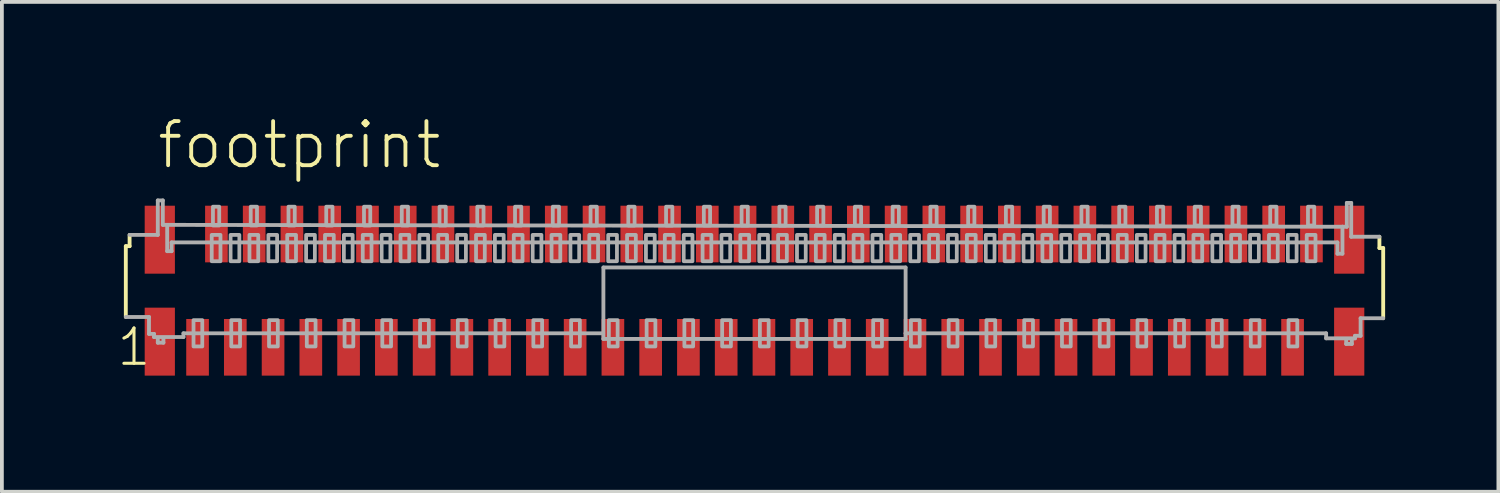
<source format=kicad_pcb>
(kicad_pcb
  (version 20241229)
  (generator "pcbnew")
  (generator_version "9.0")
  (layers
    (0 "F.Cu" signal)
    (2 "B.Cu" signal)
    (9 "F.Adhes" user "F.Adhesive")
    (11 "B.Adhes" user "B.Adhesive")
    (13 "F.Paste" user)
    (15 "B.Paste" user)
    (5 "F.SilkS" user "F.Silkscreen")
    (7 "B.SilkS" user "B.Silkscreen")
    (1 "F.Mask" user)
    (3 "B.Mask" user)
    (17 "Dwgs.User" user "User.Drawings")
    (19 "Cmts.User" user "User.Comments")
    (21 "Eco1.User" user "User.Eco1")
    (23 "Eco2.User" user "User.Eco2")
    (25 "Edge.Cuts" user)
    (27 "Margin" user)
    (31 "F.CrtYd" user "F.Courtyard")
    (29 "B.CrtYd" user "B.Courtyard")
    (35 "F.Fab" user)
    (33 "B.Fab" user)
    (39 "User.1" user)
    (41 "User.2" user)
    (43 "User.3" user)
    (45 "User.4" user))
  (footprint "footprint"
    (layer "F.Cu")
    (at 16.932 4.648)
    (property "Reference" "footprint" (at -15.875 -3.175 0) (layer "F.SilkS") (effects (font (size 1.168 1.168) (thickness 0.102)) (justify left bottom)))
    (fp_poly (pts (xy -16.15 -0.45) (xy -15.35 -0.45) (xy -15.35 -2.25) (xy -16.15 -2.25)) (stroke (width 0) (type solid)) (fill yes) (layer "F.Cu"))
    (fp_poly (pts (xy -16.15 2.25) (xy -15.35 2.25) (xy -15.35 0.45) (xy -16.15 0.45)) (stroke (width 0) (type solid)) (fill yes) (layer "F.Cu"))
    (fp_poly (pts (xy 16.15 -2.25) (xy 15.35 -2.25) (xy 15.35 -0.45) (xy 16.15 -0.45)) (stroke (width 0) (type solid)) (fill yes) (layer "F.Cu"))
    (fp_poly (pts (xy 16.15 0.45) (xy 15.35 0.45) (xy 15.35 2.25) (xy 16.15 2.25)) (stroke (width 0) (type solid)) (fill yes) (layer "F.Cu"))
    (fp_poly (pts (xy -16.225 -0.375) (xy -15.275 -0.375) (xy -15.275 -2.325) (xy -16.225 -2.325)) (stroke (width 0) (type solid)) (fill yes) (layer "F.Mask"))
    (fp_poly (pts (xy -16.225 2.325) (xy -15.275 2.325) (xy -15.275 0.375) (xy -16.225 0.375)) (stroke (width 0) (type solid)) (fill yes) (layer "F.Mask"))
    (fp_poly (pts (xy -15.1 2.3) (xy -14.4 2.3) (xy -14.4 0.7) (xy -15.1 0.7)) (stroke (width 0) (type solid)) (fill yes) (layer "F.Mask"))
    (fp_poly (pts (xy -14.6 -0.7) (xy -13.9 -0.7) (xy -13.9 -2.3) (xy -14.6 -2.3)) (stroke (width 0) (type solid)) (fill yes) (layer "F.Mask"))
    (fp_poly (pts (xy -14.1 2.3) (xy -13.4 2.3) (xy -13.4 0.7) (xy -14.1 0.7)) (stroke (width 0) (type solid)) (fill yes) (layer "F.Mask"))
    (fp_poly (pts (xy -13.6 -0.7) (xy -12.9 -0.7) (xy -12.9 -2.3) (xy -13.6 -2.3)) (stroke (width 0) (type solid)) (fill yes) (layer "F.Mask"))
    (fp_poly (pts (xy -13.1 2.3) (xy -12.4 2.3) (xy -12.4 0.7) (xy -13.1 0.7)) (stroke (width 0) (type solid)) (fill yes) (layer "F.Mask"))
    (fp_poly (pts (xy -12.6 -0.7) (xy -11.9 -0.7) (xy -11.9 -2.3) (xy -12.6 -2.3)) (stroke (width 0) (type solid)) (fill yes) (layer "F.Mask"))
    (fp_poly (pts (xy -12.1 2.3) (xy -11.4 2.3) (xy -11.4 0.7) (xy -12.1 0.7)) (stroke (width 0) (type solid)) (fill yes) (layer "F.Mask"))
    (fp_poly (pts (xy -11.6 -0.7) (xy -10.9 -0.7) (xy -10.9 -2.3) (xy -11.6 -2.3)) (stroke (width 0) (type solid)) (fill yes) (layer "F.Mask"))
    (fp_poly (pts (xy -11.1 2.3) (xy -10.4 2.3) (xy -10.4 0.7) (xy -11.1 0.7)) (stroke (width 0) (type solid)) (fill yes) (layer "F.Mask"))
    (fp_poly (pts (xy -10.6 -0.7) (xy -9.9 -0.7) (xy -9.9 -2.3) (xy -10.6 -2.3)) (stroke (width 0) (type solid)) (fill yes) (layer "F.Mask"))
    (fp_poly (pts (xy -10.1 2.3) (xy -9.4 2.3) (xy -9.4 0.7) (xy -10.1 0.7)) (stroke (width 0) (type solid)) (fill yes) (layer "F.Mask"))
    (fp_poly (pts (xy -9.6 -0.7) (xy -8.9 -0.7) (xy -8.9 -2.3) (xy -9.6 -2.3)) (stroke (width 0) (type solid)) (fill yes) (layer "F.Mask"))
    (fp_poly (pts (xy -9.1 2.3) (xy -8.4 2.3) (xy -8.4 0.7) (xy -9.1 0.7)) (stroke (width 0) (type solid)) (fill yes) (layer "F.Mask"))
    (fp_poly (pts (xy -8.6 -0.7) (xy -7.9 -0.7) (xy -7.9 -2.3) (xy -8.6 -2.3)) (stroke (width 0) (type solid)) (fill yes) (layer "F.Mask"))
    (fp_poly (pts (xy -8.1 2.3) (xy -7.4 2.3) (xy -7.4 0.7) (xy -8.1 0.7)) (stroke (width 0) (type solid)) (fill yes) (layer "F.Mask"))
    (fp_poly (pts (xy -7.6 -0.7) (xy -6.9 -0.7) (xy -6.9 -2.3) (xy -7.6 -2.3)) (stroke (width 0) (type solid)) (fill yes) (layer "F.Mask"))
    (fp_poly (pts (xy -7.1 2.3) (xy -6.4 2.3) (xy -6.4 0.7) (xy -7.1 0.7)) (stroke (width 0) (type solid)) (fill yes) (layer "F.Mask"))
    (fp_poly (pts (xy -6.6 -0.7) (xy -5.9 -0.7) (xy -5.9 -2.3) (xy -6.6 -2.3)) (stroke (width 0) (type solid)) (fill yes) (layer "F.Mask"))
    (fp_poly (pts (xy -6.1 2.3) (xy -5.4 2.3) (xy -5.4 0.7) (xy -6.1 0.7)) (stroke (width 0) (type solid)) (fill yes) (layer "F.Mask"))
    (fp_poly (pts (xy -5.6 -0.7) (xy -4.9 -0.7) (xy -4.9 -2.3) (xy -5.6 -2.3)) (stroke (width 0) (type solid)) (fill yes) (layer "F.Mask"))
    (fp_poly (pts (xy -5.1 2.3) (xy -4.4 2.3) (xy -4.4 0.7) (xy -5.1 0.7)) (stroke (width 0) (type solid)) (fill yes) (layer "F.Mask"))
    (fp_poly (pts (xy -4.6 -0.7) (xy -3.9 -0.7) (xy -3.9 -2.3) (xy -4.6 -2.3)) (stroke (width 0) (type solid)) (fill yes) (layer "F.Mask"))
    (fp_poly (pts (xy -4.1 2.3) (xy -3.4 2.3) (xy -3.4 0.7) (xy -4.1 0.7)) (stroke (width 0) (type solid)) (fill yes) (layer "F.Mask"))
    (fp_poly (pts (xy -3.6 -0.7) (xy -2.9 -0.7) (xy -2.9 -2.3) (xy -3.6 -2.3)) (stroke (width 0) (type solid)) (fill yes) (layer "F.Mask"))
    (fp_poly (pts (xy -3.1 2.3) (xy -2.4 2.3) (xy -2.4 0.7) (xy -3.1 0.7)) (stroke (width 0) (type solid)) (fill yes) (layer "F.Mask"))
    (fp_poly (pts (xy -2.6 -0.7) (xy -1.9 -0.7) (xy -1.9 -2.3) (xy -2.6 -2.3)) (stroke (width 0) (type solid)) (fill yes) (layer "F.Mask"))
    (fp_poly (pts (xy -2.1 2.3) (xy -1.4 2.3) (xy -1.4 0.7) (xy -2.1 0.7)) (stroke (width 0) (type solid)) (fill yes) (layer "F.Mask"))
    (fp_poly (pts (xy -1.6 -0.7) (xy -0.9 -0.7) (xy -0.9 -2.3) (xy -1.6 -2.3)) (stroke (width 0) (type solid)) (fill yes) (layer "F.Mask"))
    (fp_poly (pts (xy -1.1 2.3) (xy -0.4 2.3) (xy -0.4 0.7) (xy -1.1 0.7)) (stroke (width 0) (type solid)) (fill yes) (layer "F.Mask"))
    (fp_poly (pts (xy -0.6 -0.7) (xy 0.1 -0.7) (xy 0.1 -2.3) (xy -0.6 -2.3)) (stroke (width 0) (type solid)) (fill yes) (layer "F.Mask"))
    (fp_poly (pts (xy -0.1 2.3) (xy 0.6 2.3) (xy 0.6 0.7) (xy -0.1 0.7)) (stroke (width 0) (type solid)) (fill yes) (layer "F.Mask"))
    (fp_poly (pts (xy 0.4 -0.7) (xy 1.1 -0.7) (xy 1.1 -2.3) (xy 0.4 -2.3)) (stroke (width 0) (type solid)) (fill yes) (layer "F.Mask"))
    (fp_poly (pts (xy 0.9 2.3) (xy 1.6 2.3) (xy 1.6 0.7) (xy 0.9 0.7)) (stroke (width 0) (type solid)) (fill yes) (layer "F.Mask"))
    (fp_poly (pts (xy 1.4 -0.7) (xy 2.1 -0.7) (xy 2.1 -2.3) (xy 1.4 -2.3)) (stroke (width 0) (type solid)) (fill yes) (layer "F.Mask"))
    (fp_poly (pts (xy 1.9 2.3) (xy 2.6 2.3) (xy 2.6 0.7) (xy 1.9 0.7)) (stroke (width 0) (type solid)) (fill yes) (layer "F.Mask"))
    (fp_poly (pts (xy 2.4 -0.7) (xy 3.1 -0.7) (xy 3.1 -2.3) (xy 2.4 -2.3)) (stroke (width 0) (type solid)) (fill yes) (layer "F.Mask"))
    (fp_poly (pts (xy 2.9 2.3) (xy 3.6 2.3) (xy 3.6 0.7) (xy 2.9 0.7)) (stroke (width 0) (type solid)) (fill yes) (layer "F.Mask"))
    (fp_poly (pts (xy 3.4 -0.7) (xy 4.1 -0.7) (xy 4.1 -2.3) (xy 3.4 -2.3)) (stroke (width 0) (type solid)) (fill yes) (layer "F.Mask"))
    (fp_poly (pts (xy 3.9 2.3) (xy 4.6 2.3) (xy 4.6 0.7) (xy 3.9 0.7)) (stroke (width 0) (type solid)) (fill yes) (layer "F.Mask"))
    (fp_poly (pts (xy 4.4 -0.7) (xy 5.1 -0.7) (xy 5.1 -2.3) (xy 4.4 -2.3)) (stroke (width 0) (type solid)) (fill yes) (layer "F.Mask"))
    (fp_poly (pts (xy 4.9 2.3) (xy 5.6 2.3) (xy 5.6 0.7) (xy 4.9 0.7)) (stroke (width 0) (type solid)) (fill yes) (layer "F.Mask"))
    (fp_poly (pts (xy 5.4 -0.7) (xy 6.1 -0.7) (xy 6.1 -2.3) (xy 5.4 -2.3)) (stroke (width 0) (type solid)) (fill yes) (layer "F.Mask"))
    (fp_poly (pts (xy 5.9 2.3) (xy 6.6 2.3) (xy 6.6 0.7) (xy 5.9 0.7)) (stroke (width 0) (type solid)) (fill yes) (layer "F.Mask"))
    (fp_poly (pts (xy 6.4 -0.7) (xy 7.1 -0.7) (xy 7.1 -2.3) (xy 6.4 -2.3)) (stroke (width 0) (type solid)) (fill yes) (layer "F.Mask"))
    (fp_poly (pts (xy 6.9 2.3) (xy 7.6 2.3) (xy 7.6 0.7) (xy 6.9 0.7)) (stroke (width 0) (type solid)) (fill yes) (layer "F.Mask"))
    (fp_poly (pts (xy 7.4 -0.7) (xy 8.1 -0.7) (xy 8.1 -2.3) (xy 7.4 -2.3)) (stroke (width 0) (type solid)) (fill yes) (layer "F.Mask"))
    (fp_poly (pts (xy 7.9 2.3) (xy 8.6 2.3) (xy 8.6 0.7) (xy 7.9 0.7)) (stroke (width 0) (type solid)) (fill yes) (layer "F.Mask"))
    (fp_poly (pts (xy 8.4 -0.7) (xy 9.1 -0.7) (xy 9.1 -2.3) (xy 8.4 -2.3)) (stroke (width 0) (type solid)) (fill yes) (layer "F.Mask"))
    (fp_poly (pts (xy 8.9 2.3) (xy 9.6 2.3) (xy 9.6 0.7) (xy 8.9 0.7)) (stroke (width 0) (type solid)) (fill yes) (layer "F.Mask"))
    (fp_poly (pts (xy 9.4 -0.7) (xy 10.1 -0.7) (xy 10.1 -2.3) (xy 9.4 -2.3)) (stroke (width 0) (type solid)) (fill yes) (layer "F.Mask"))
    (fp_poly (pts (xy 9.9 2.3) (xy 10.6 2.3) (xy 10.6 0.7) (xy 9.9 0.7)) (stroke (width 0) (type solid)) (fill yes) (layer "F.Mask"))
    (fp_poly (pts (xy 10.4 -0.7) (xy 11.1 -0.7) (xy 11.1 -2.3) (xy 10.4 -2.3)) (stroke (width 0) (type solid)) (fill yes) (layer "F.Mask"))
    (fp_poly (pts (xy 10.9 2.3) (xy 11.6 2.3) (xy 11.6 0.7) (xy 10.9 0.7)) (stroke (width 0) (type solid)) (fill yes) (layer "F.Mask"))
    (fp_poly (pts (xy 11.4 -0.7) (xy 12.1 -0.7) (xy 12.1 -2.3) (xy 11.4 -2.3)) (stroke (width 0) (type solid)) (fill yes) (layer "F.Mask"))
    (fp_poly (pts (xy 11.9 2.3) (xy 12.6 2.3) (xy 12.6 0.7) (xy 11.9 0.7)) (stroke (width 0) (type solid)) (fill yes) (layer "F.Mask"))
    (fp_poly (pts (xy 12.4 -0.7) (xy 13.1 -0.7) (xy 13.1 -2.3) (xy 12.4 -2.3)) (stroke (width 0) (type solid)) (fill yes) (layer "F.Mask"))
    (fp_poly (pts (xy 12.9 2.3) (xy 13.6 2.3) (xy 13.6 0.7) (xy 12.9 0.7)) (stroke (width 0) (type solid)) (fill yes) (layer "F.Mask"))
    (fp_poly (pts (xy 13.4 -0.7) (xy 14.1 -0.7) (xy 14.1 -2.3) (xy 13.4 -2.3)) (stroke (width 0) (type solid)) (fill yes) (layer "F.Mask"))
    (fp_poly (pts (xy 13.9 2.3) (xy 14.6 2.3) (xy 14.6 0.7) (xy 13.9 0.7)) (stroke (width 0) (type solid)) (fill yes) (layer "F.Mask"))
    (fp_poly (pts (xy 14.4 -0.7) (xy 15.1 -0.7) (xy 15.1 -2.3) (xy 14.4 -2.3)) (stroke (width 0) (type solid)) (fill yes) (layer "F.Mask"))
    (fp_poly (pts (xy 16.225 -2.325) (xy 15.275 -2.325) (xy 15.275 -0.375) (xy 16.225 -0.375)) (stroke (width 0) (type solid)) (fill yes) (layer "F.Mask"))
    (fp_poly (pts (xy 16.225 0.375) (xy 15.275 0.375) (xy 15.275 2.325) (xy 16.225 2.325)) (stroke (width 0) (type solid)) (fill yes) (layer "F.Mask"))
    (fp_line (start -16.65 -1.179) (end -16.55 -1.179) (stroke (width 0.102) (type solid)) (layer "F.SilkS"))
    (fp_line (start -16.65 0.697) (end -16.65 -1.179) (stroke (width 0.102) (type solid)) (layer "F.SilkS"))
    (fp_line (start -16.55 -1.179) (end -16.55 -1.477) (stroke (width 0.102) (type solid)) (layer "F.SilkS"))
    (fp_line (start 16.55 -1.428) (end 16.55 -1.129) (stroke (width 0.102) (type solid)) (layer "F.SilkS"))
    (fp_line (start 16.55 -1.129) (end 16.65 -1.129) (stroke (width 0.102) (type solid)) (layer "F.SilkS"))
    (fp_line (start 16.65 -1.129) (end 16.65 0.73) (stroke (width 0.102) (type solid)) (layer "F.SilkS"))
    (fp_poly (pts (xy -16.1 -0.5) (xy -15.4 -0.5) (xy -15.4 -2.2) (xy -16.1 -2.2)) (stroke (width 0) (type solid)) (fill yes) (layer "F.Paste"))
    (fp_poly (pts (xy -16.1 2.2) (xy -15.4 2.2) (xy -15.4 0.5) (xy -16.1 0.5)) (stroke (width 0) (type solid)) (fill yes) (layer "F.Paste"))
    (fp_poly (pts (xy -15 2.2) (xy -14.5 2.2) (xy -14.5 0.8) (xy -15 0.8)) (stroke (width 0) (type solid)) (fill yes) (layer "F.Paste"))
    (fp_poly (pts (xy -14.5 -0.8) (xy -14 -0.8) (xy -14 -2.2) (xy -14.5 -2.2)) (stroke (width 0) (type solid)) (fill yes) (layer "F.Paste"))
    (fp_poly (pts (xy -14 2.2) (xy -13.5 2.2) (xy -13.5 0.8) (xy -14 0.8)) (stroke (width 0) (type solid)) (fill yes) (layer "F.Paste"))
    (fp_poly (pts (xy -13.5 -0.8) (xy -13 -0.8) (xy -13 -2.2) (xy -13.5 -2.2)) (stroke (width 0) (type solid)) (fill yes) (layer "F.Paste"))
    (fp_poly (pts (xy -13 2.2) (xy -12.5 2.2) (xy -12.5 0.8) (xy -13 0.8)) (stroke (width 0) (type solid)) (fill yes) (layer "F.Paste"))
    (fp_poly (pts (xy -12.5 -0.8) (xy -12 -0.8) (xy -12 -2.2) (xy -12.5 -2.2)) (stroke (width 0) (type solid)) (fill yes) (layer "F.Paste"))
    (fp_poly (pts (xy -12 2.2) (xy -11.5 2.2) (xy -11.5 0.8) (xy -12 0.8)) (stroke (width 0) (type solid)) (fill yes) (layer "F.Paste"))
    (fp_poly (pts (xy -11.5 -0.8) (xy -11 -0.8) (xy -11 -2.2) (xy -11.5 -2.2)) (stroke (width 0) (type solid)) (fill yes) (layer "F.Paste"))
    (fp_poly (pts (xy -11 2.2) (xy -10.5 2.2) (xy -10.5 0.8) (xy -11 0.8)) (stroke (width 0) (type solid)) (fill yes) (layer "F.Paste"))
    (fp_poly (pts (xy -10.5 -0.8) (xy -10 -0.8) (xy -10 -2.2) (xy -10.5 -2.2)) (stroke (width 0) (type solid)) (fill yes) (layer "F.Paste"))
    (fp_poly (pts (xy -10 2.2) (xy -9.5 2.2) (xy -9.5 0.8) (xy -10 0.8)) (stroke (width 0) (type solid)) (fill yes) (layer "F.Paste"))
    (fp_poly (pts (xy -9.5 -0.8) (xy -9 -0.8) (xy -9 -2.2) (xy -9.5 -2.2)) (stroke (width 0) (type solid)) (fill yes) (layer "F.Paste"))
    (fp_poly (pts (xy -9 2.2) (xy -8.5 2.2) (xy -8.5 0.8) (xy -9 0.8)) (stroke (width 0) (type solid)) (fill yes) (layer "F.Paste"))
    (fp_poly (pts (xy -8.5 -0.8) (xy -8 -0.8) (xy -8 -2.2) (xy -8.5 -2.2)) (stroke (width 0) (type solid)) (fill yes) (layer "F.Paste"))
    (fp_poly (pts (xy -8 2.2) (xy -7.5 2.2) (xy -7.5 0.8) (xy -8 0.8)) (stroke (width 0) (type solid)) (fill yes) (layer "F.Paste"))
    (fp_poly (pts (xy -7.5 -0.8) (xy -7 -0.8) (xy -7 -2.2) (xy -7.5 -2.2)) (stroke (width 0) (type solid)) (fill yes) (layer "F.Paste"))
    (fp_poly (pts (xy -7 2.2) (xy -6.5 2.2) (xy -6.5 0.8) (xy -7 0.8)) (stroke (width 0) (type solid)) (fill yes) (layer "F.Paste"))
    (fp_poly (pts (xy -6.5 -0.8) (xy -6 -0.8) (xy -6 -2.2) (xy -6.5 -2.2)) (stroke (width 0) (type solid)) (fill yes) (layer "F.Paste"))
    (fp_poly (pts (xy -6 2.2) (xy -5.5 2.2) (xy -5.5 0.8) (xy -6 0.8)) (stroke (width 0) (type solid)) (fill yes) (layer "F.Paste"))
    (fp_poly (pts (xy -5.5 -0.8) (xy -5 -0.8) (xy -5 -2.2) (xy -5.5 -2.2)) (stroke (width 0) (type solid)) (fill yes) (layer "F.Paste"))
    (fp_poly (pts (xy -5 2.2) (xy -4.5 2.2) (xy -4.5 0.8) (xy -5 0.8)) (stroke (width 0) (type solid)) (fill yes) (layer "F.Paste"))
    (fp_poly (pts (xy -4.5 -0.8) (xy -4 -0.8) (xy -4 -2.2) (xy -4.5 -2.2)) (stroke (width 0) (type solid)) (fill yes) (layer "F.Paste"))
    (fp_poly (pts (xy -4 2.2) (xy -3.5 2.2) (xy -3.5 0.8) (xy -4 0.8)) (stroke (width 0) (type solid)) (fill yes) (layer "F.Paste"))
    (fp_poly (pts (xy -3.5 -0.8) (xy -3 -0.8) (xy -3 -2.2) (xy -3.5 -2.2)) (stroke (width 0) (type solid)) (fill yes) (layer "F.Paste"))
    (fp_poly (pts (xy -3 2.2) (xy -2.5 2.2) (xy -2.5 0.8) (xy -3 0.8)) (stroke (width 0) (type solid)) (fill yes) (layer "F.Paste"))
    (fp_poly (pts (xy -2.5 -0.8) (xy -2 -0.8) (xy -2 -2.2) (xy -2.5 -2.2)) (stroke (width 0) (type solid)) (fill yes) (layer "F.Paste"))
    (fp_poly (pts (xy -2 2.2) (xy -1.5 2.2) (xy -1.5 0.8) (xy -2 0.8)) (stroke (width 0) (type solid)) (fill yes) (layer "F.Paste"))
    (fp_poly (pts (xy -1.5 -0.8) (xy -1 -0.8) (xy -1 -2.2) (xy -1.5 -2.2)) (stroke (width 0) (type solid)) (fill yes) (layer "F.Paste"))
    (fp_poly (pts (xy -1 2.2) (xy -0.5 2.2) (xy -0.5 0.8) (xy -1 0.8)) (stroke (width 0) (type solid)) (fill yes) (layer "F.Paste"))
    (fp_poly (pts (xy -0.5 -0.8) (xy 0 -0.8) (xy 0 -2.2) (xy -0.5 -2.2)) (stroke (width 0) (type solid)) (fill yes) (layer "F.Paste"))
    (fp_poly (pts (xy 0 2.2) (xy 0.5 2.2) (xy 0.5 0.8) (xy 0 0.8)) (stroke (width 0) (type solid)) (fill yes) (layer "F.Paste"))
    (fp_poly (pts (xy 0.5 -0.8) (xy 1 -0.8) (xy 1 -2.2) (xy 0.5 -2.2)) (stroke (width 0) (type solid)) (fill yes) (layer "F.Paste"))
    (fp_poly (pts (xy 1 2.2) (xy 1.5 2.2) (xy 1.5 0.8) (xy 1 0.8)) (stroke (width 0) (type solid)) (fill yes) (layer "F.Paste"))
    (fp_poly (pts (xy 1.5 -0.8) (xy 2 -0.8) (xy 2 -2.2) (xy 1.5 -2.2)) (stroke (width 0) (type solid)) (fill yes) (layer "F.Paste"))
    (fp_poly (pts (xy 2 2.2) (xy 2.5 2.2) (xy 2.5 0.8) (xy 2 0.8)) (stroke (width 0) (type solid)) (fill yes) (layer "F.Paste"))
    (fp_poly (pts (xy 2.5 -0.8) (xy 3 -0.8) (xy 3 -2.2) (xy 2.5 -2.2)) (stroke (width 0) (type solid)) (fill yes) (layer "F.Paste"))
    (fp_poly (pts (xy 3 2.2) (xy 3.5 2.2) (xy 3.5 0.8) (xy 3 0.8)) (stroke (width 0) (type solid)) (fill yes) (layer "F.Paste"))
    (fp_poly (pts (xy 3.5 -0.8) (xy 4 -0.8) (xy 4 -2.2) (xy 3.5 -2.2)) (stroke (width 0) (type solid)) (fill yes) (layer "F.Paste"))
    (fp_poly (pts (xy 4 2.2) (xy 4.5 2.2) (xy 4.5 0.8) (xy 4 0.8)) (stroke (width 0) (type solid)) (fill yes) (layer "F.Paste"))
    (fp_poly (pts (xy 4.5 -0.8) (xy 5 -0.8) (xy 5 -2.2) (xy 4.5 -2.2)) (stroke (width 0) (type solid)) (fill yes) (layer "F.Paste"))
    (fp_poly (pts (xy 5 2.2) (xy 5.5 2.2) (xy 5.5 0.8) (xy 5 0.8)) (stroke (width 0) (type solid)) (fill yes) (layer "F.Paste"))
    (fp_poly (pts (xy 5.5 -0.8) (xy 6 -0.8) (xy 6 -2.2) (xy 5.5 -2.2)) (stroke (width 0) (type solid)) (fill yes) (layer "F.Paste"))
    (fp_poly (pts (xy 6 2.2) (xy 6.5 2.2) (xy 6.5 0.8) (xy 6 0.8)) (stroke (width 0) (type solid)) (fill yes) (layer "F.Paste"))
    (fp_poly (pts (xy 6.5 -0.8) (xy 7 -0.8) (xy 7 -2.2) (xy 6.5 -2.2)) (stroke (width 0) (type solid)) (fill yes) (layer "F.Paste"))
    (fp_poly (pts (xy 7 2.2) (xy 7.5 2.2) (xy 7.5 0.8) (xy 7 0.8)) (stroke (width 0) (type solid)) (fill yes) (layer "F.Paste"))
    (fp_poly (pts (xy 7.5 -0.8) (xy 8 -0.8) (xy 8 -2.2) (xy 7.5 -2.2)) (stroke (width 0) (type solid)) (fill yes) (layer "F.Paste"))
    (fp_poly (pts (xy 8 2.2) (xy 8.5 2.2) (xy 8.5 0.8) (xy 8 0.8)) (stroke (width 0) (type solid)) (fill yes) (layer "F.Paste"))
    (fp_poly (pts (xy 8.5 -0.8) (xy 9 -0.8) (xy 9 -2.2) (xy 8.5 -2.2)) (stroke (width 0) (type solid)) (fill yes) (layer "F.Paste"))
    (fp_poly (pts (xy 9 2.2) (xy 9.5 2.2) (xy 9.5 0.8) (xy 9 0.8)) (stroke (width 0) (type solid)) (fill yes) (layer "F.Paste"))
    (fp_poly (pts (xy 9.5 -0.8) (xy 10 -0.8) (xy 10 -2.2) (xy 9.5 -2.2)) (stroke (width 0) (type solid)) (fill yes) (layer "F.Paste"))
    (fp_poly (pts (xy 10 2.2) (xy 10.5 2.2) (xy 10.5 0.8) (xy 10 0.8)) (stroke (width 0) (type solid)) (fill yes) (layer "F.Paste"))
    (fp_poly (pts (xy 10.5 -0.8) (xy 11 -0.8) (xy 11 -2.2) (xy 10.5 -2.2)) (stroke (width 0) (type solid)) (fill yes) (layer "F.Paste"))
    (fp_poly (pts (xy 11 2.2) (xy 11.5 2.2) (xy 11.5 0.8) (xy 11 0.8)) (stroke (width 0) (type solid)) (fill yes) (layer "F.Paste"))
    (fp_poly (pts (xy 11.5 -0.8) (xy 12 -0.8) (xy 12 -2.2) (xy 11.5 -2.2)) (stroke (width 0) (type solid)) (fill yes) (layer "F.Paste"))
    (fp_poly (pts (xy 12 2.2) (xy 12.5 2.2) (xy 12.5 0.8) (xy 12 0.8)) (stroke (width 0) (type solid)) (fill yes) (layer "F.Paste"))
    (fp_poly (pts (xy 12.5 -0.8) (xy 13 -0.8) (xy 13 -2.2) (xy 12.5 -2.2)) (stroke (width 0) (type solid)) (fill yes) (layer "F.Paste"))
    (fp_poly (pts (xy 13 2.2) (xy 13.5 2.2) (xy 13.5 0.8) (xy 13 0.8)) (stroke (width 0) (type solid)) (fill yes) (layer "F.Paste"))
    (fp_poly (pts (xy 13.5 -0.8) (xy 14 -0.8) (xy 14 -2.2) (xy 13.5 -2.2)) (stroke (width 0) (type solid)) (fill yes) (layer "F.Paste"))
    (fp_poly (pts (xy 14 2.2) (xy 14.5 2.2) (xy 14.5 0.8) (xy 14 0.8)) (stroke (width 0) (type solid)) (fill yes) (layer "F.Paste"))
    (fp_poly (pts (xy 14.5 -0.8) (xy 15 -0.8) (xy 15 -2.2) (xy 14.5 -2.2)) (stroke (width 0) (type solid)) (fill yes) (layer "F.Paste"))
    (fp_poly (pts (xy 16.1 -2.2) (xy 15.4 -2.2) (xy 15.4 -0.5) (xy 16.1 -0.5)) (stroke (width 0) (type solid)) (fill yes) (layer "F.Paste"))
    (fp_poly (pts (xy 16.1 0.5) (xy 15.4 0.5) (xy 15.4 2.2) (xy 16.1 2.2)) (stroke (width 0) (type solid)) (fill yes) (layer "F.Paste"))
    (fp_line (start -16.55 -1.477) (end -15.803 -1.477) (stroke (width 0.102) (type solid)) (layer "F.Fab"))
    (fp_line (start -16.036 0.697) (end -16.65 0.697) (stroke (width 0.102) (type solid)) (layer "F.Fab"))
    (fp_line (start -16.036 1.145) (end -16.036 0.697) (stroke (width 0.102) (type solid)) (layer "F.Fab"))
    (fp_line (start -15.903 1.145) (end -16.036 1.145) (stroke (width 0.102) (type solid)) (layer "F.Fab"))
    (fp_line (start -15.903 1.228) (end -15.903 1.145) (stroke (width 0.102) (type solid)) (layer "F.Fab"))
    (fp_line (start -15.803 -2.39) (end -15.67 -2.39) (stroke (width 0.102) (type solid)) (layer "F.Fab"))
    (fp_line (start -15.803 -1.477) (end -15.803 -2.39) (stroke (width 0.102) (type solid)) (layer "F.Fab"))
    (fp_line (start -15.803 1.278) (end -15.803 1.378) (stroke (width 0.102) (type solid)) (layer "F.Fab"))
    (fp_line (start -15.803 1.378) (end -15.654 1.378) (stroke (width 0.102) (type solid)) (layer "F.Fab"))
    (fp_line (start -15.67 -2.39) (end -15.67 -1.743) (stroke (width 0.102) (type solid)) (layer "F.Fab"))
    (fp_line (start -15.654 1.378) (end -15.654 1.278) (stroke (width 0.102) (type solid)) (layer "F.Fab"))
    (fp_line (start -15.554 -1.71) (end -15.554 -1.046) (stroke (width 0.102) (type solid)) (layer "F.Fab"))
    (fp_line (start -15.554 -1.046) (end -15.438 -1.046) (stroke (width 0.102) (type solid)) (layer "F.Fab"))
    (fp_line (start -15.438 -1.278) (end 15.438 -1.278) (stroke (width 0.102) (type solid)) (layer "F.Fab"))
    (fp_line (start -15.438 -1.046) (end -15.438 -1.278) (stroke (width 0.102) (type solid)) (layer "F.Fab"))
    (fp_line (start -15.123 1.129) (end -15.123 1.228) (stroke (width 0.102) (type solid)) (layer "F.Fab"))
    (fp_line (start -15.123 1.228) (end -15.903 1.228) (stroke (width 0.102) (type solid)) (layer "F.Fab"))
    (fp_line (start -4.008 1.129) (end -15.123 1.129) (stroke (width 0.102) (type solid)) (layer "F.Fab"))
    (fp_line (start -4.002 1.278) (end -4.002 -0.614) (stroke (width 0.102) (type solid)) (layer "F.Fab"))
    (fp_line (start -4 -0.614) (end 4 -0.614) (stroke (width 0.102) (type solid)) (layer "F.Fab"))
    (fp_line (start 4.002 -0.614) (end 4.002 1.129) (stroke (width 0.102) (type solid)) (layer "F.Fab"))
    (fp_line (start 4.002 1.129) (end 4.002 1.278) (stroke (width 0.102) (type solid)) (layer "F.Fab"))
    (fp_line (start 4.002 1.278) (end -4.002 1.278) (stroke (width 0.102) (type solid)) (layer "F.Fab"))
    (fp_line (start 15.139 1.129) (end 4.002 1.129) (stroke (width 0.102) (type solid)) (layer "F.Fab"))
    (fp_line (start 15.139 1.262) (end 15.139 1.129) (stroke (width 0.102) (type solid)) (layer "F.Fab"))
    (fp_line (start 15.438 -1.278) (end 15.438 -0.979) (stroke (width 0.102) (type solid)) (layer "F.Fab"))
    (fp_line (start 15.438 -0.979) (end 15.571 -0.979) (stroke (width 0.102) (type solid)) (layer "F.Fab"))
    (fp_line (start 15.571 -1.693) (end -15.67 -1.743) (stroke (width 0.102) (type solid)) (layer "F.Fab"))
    (fp_line (start 15.571 -0.979) (end 15.571 -1.693) (stroke (width 0.102) (type solid)) (layer "F.Fab"))
    (fp_line (start 15.67 1.311) (end 15.67 1.411) (stroke (width 0.102) (type solid)) (layer "F.Fab"))
    (fp_line (start 15.67 1.411) (end 15.82 1.411) (stroke (width 0.102) (type solid)) (layer "F.Fab"))
    (fp_line (start 15.687 -2.324) (end 15.687 -1.693) (stroke (width 0.102) (type solid)) (layer "F.Fab"))
    (fp_line (start 15.687 -2.324) (end 15.803 -2.324) (stroke (width 0.102) (type solid)) (layer "F.Fab"))
    (fp_line (start 15.687 -1.693) (end 15.571 -1.693) (stroke (width 0.102) (type solid)) (layer "F.Fab"))
    (fp_line (start 15.803 -2.324) (end 15.803 -1.428) (stroke (width 0.102) (type solid)) (layer "F.Fab"))
    (fp_line (start 15.803 -1.428) (end 16.55 -1.428) (stroke (width 0.102) (type solid)) (layer "F.Fab"))
    (fp_line (start 15.82 1.411) (end 15.82 1.311) (stroke (width 0.102) (type solid)) (layer "F.Fab"))
    (fp_line (start 15.903 1.195) (end 15.903 1.262) (stroke (width 0.102) (type solid)) (layer "F.Fab"))
    (fp_line (start 15.903 1.262) (end 15.139 1.262) (stroke (width 0.102) (type solid)) (layer "F.Fab"))
    (fp_line (start 16.052 0.73) (end 16.052 1.195) (stroke (width 0.102) (type solid)) (layer "F.Fab"))
    (fp_line (start 16.052 1.195) (end 15.903 1.195) (stroke (width 0.102) (type solid)) (layer "F.Fab"))
    (fp_line (start 16.65 0.73) (end 16.052 0.73) (stroke (width 0.102) (type solid)) (layer "F.Fab"))
    (fp_poly (pts (xy -14.625 0.78) (xy -14.857 0.78) (xy -14.857 1.477) (xy -14.625 1.477)) (stroke (width 0.1) (type solid)) (fill no) (layer "F.Fab"))
    (fp_poly (pts (xy -14.375 -0.78) (xy -14.143 -0.78) (xy -14.143 -1.477) (xy -14.375 -1.477)) (stroke (width 0.1) (type solid)) (fill no) (layer "F.Fab"))
    (fp_poly (pts (xy -14.342 -1.726) (xy -14.176 -1.726) (xy -14.176 -2.224) (xy -14.342 -2.224)) (stroke (width 0.1) (type solid)) (fill no) (layer "F.Fab"))
    (fp_poly (pts (xy -13.875 -0.78) (xy -13.643 -0.78) (xy -13.643 -1.477) (xy -13.875 -1.477)) (stroke (width 0.1) (type solid)) (fill no) (layer "F.Fab"))
    (fp_poly (pts (xy -13.625 0.78) (xy -13.857 0.78) (xy -13.857 1.477) (xy -13.625 1.477)) (stroke (width 0.1) (type solid)) (fill no) (layer "F.Fab"))
    (fp_poly (pts (xy -13.375 -0.78) (xy -13.143 -0.78) (xy -13.143 -1.477) (xy -13.375 -1.477)) (stroke (width 0.1) (type solid)) (fill no) (layer "F.Fab"))
    (fp_poly (pts (xy -13.342 -1.726) (xy -13.176 -1.726) (xy -13.176 -2.224) (xy -13.342 -2.224)) (stroke (width 0.1) (type solid)) (fill no) (layer "F.Fab"))
    (fp_poly (pts (xy -12.875 -0.78) (xy -12.643 -0.78) (xy -12.643 -1.477) (xy -12.875 -1.477)) (stroke (width 0.1) (type solid)) (fill no) (layer "F.Fab"))
    (fp_poly (pts (xy -12.625 0.78) (xy -12.857 0.78) (xy -12.857 1.477) (xy -12.625 1.477)) (stroke (width 0.1) (type solid)) (fill no) (layer "F.Fab"))
    (fp_poly (pts (xy -12.375 -0.78) (xy -12.143 -0.78) (xy -12.143 -1.477) (xy -12.375 -1.477)) (stroke (width 0.1) (type solid)) (fill no) (layer "F.Fab"))
    (fp_poly (pts (xy -12.342 -1.726) (xy -12.176 -1.726) (xy -12.176 -2.224) (xy -12.342 -2.224)) (stroke (width 0.1) (type solid)) (fill no) (layer "F.Fab"))
    (fp_poly (pts (xy -11.875 -0.78) (xy -11.643 -0.78) (xy -11.643 -1.477) (xy -11.875 -1.477)) (stroke (width 0.1) (type solid)) (fill no) (layer "F.Fab"))
    (fp_poly (pts (xy -11.625 0.78) (xy -11.857 0.78) (xy -11.857 1.477) (xy -11.625 1.477)) (stroke (width 0.1) (type solid)) (fill no) (layer "F.Fab"))
    (fp_poly (pts (xy -11.375 -0.78) (xy -11.143 -0.78) (xy -11.143 -1.477) (xy -11.375 -1.477)) (stroke (width 0.1) (type solid)) (fill no) (layer "F.Fab"))
    (fp_poly (pts (xy -11.342 -1.726) (xy -11.176 -1.726) (xy -11.176 -2.224) (xy -11.342 -2.224)) (stroke (width 0.1) (type solid)) (fill no) (layer "F.Fab"))
    (fp_poly (pts (xy -10.875 -0.78) (xy -10.643 -0.78) (xy -10.643 -1.477) (xy -10.875 -1.477)) (stroke (width 0.1) (type solid)) (fill no) (layer "F.Fab"))
    (fp_poly (pts (xy -10.625 0.78) (xy -10.857 0.78) (xy -10.857 1.477) (xy -10.625 1.477)) (stroke (width 0.1) (type solid)) (fill no) (layer "F.Fab"))
    (fp_poly (pts (xy -10.375 -0.78) (xy -10.143 -0.78) (xy -10.143 -1.477) (xy -10.375 -1.477)) (stroke (width 0.1) (type solid)) (fill no) (layer "F.Fab"))
    (fp_poly (pts (xy -10.342 -1.726) (xy -10.176 -1.726) (xy -10.176 -2.224) (xy -10.342 -2.224)) (stroke (width 0.1) (type solid)) (fill no) (layer "F.Fab"))
    (fp_poly (pts (xy -9.875 -0.78) (xy -9.643 -0.78) (xy -9.643 -1.477) (xy -9.875 -1.477)) (stroke (width 0.1) (type solid)) (fill no) (layer "F.Fab"))
    (fp_poly (pts (xy -9.625 0.78) (xy -9.857 0.78) (xy -9.857 1.477) (xy -9.625 1.477)) (stroke (width 0.1) (type solid)) (fill no) (layer "F.Fab"))
    (fp_poly (pts (xy -9.375 -0.78) (xy -9.143 -0.78) (xy -9.143 -1.477) (xy -9.375 -1.477)) (stroke (width 0.1) (type solid)) (fill no) (layer "F.Fab"))
    (fp_poly (pts (xy -9.342 -1.726) (xy -9.176 -1.726) (xy -9.176 -2.224) (xy -9.342 -2.224)) (stroke (width 0.1) (type solid)) (fill no) (layer "F.Fab"))
    (fp_poly (pts (xy -8.875 -0.78) (xy -8.643 -0.78) (xy -8.643 -1.477) (xy -8.875 -1.477)) (stroke (width 0.1) (type solid)) (fill no) (layer "F.Fab"))
    (fp_poly (pts (xy -8.625 0.78) (xy -8.857 0.78) (xy -8.857 1.477) (xy -8.625 1.477)) (stroke (width 0.1) (type solid)) (fill no) (layer "F.Fab"))
    (fp_poly (pts (xy -8.375 -0.78) (xy -8.143 -0.78) (xy -8.143 -1.477) (xy -8.375 -1.477)) (stroke (width 0.1) (type solid)) (fill no) (layer "F.Fab"))
    (fp_poly (pts (xy -8.342 -1.726) (xy -8.176 -1.726) (xy -8.176 -2.224) (xy -8.342 -2.224)) (stroke (width 0.1) (type solid)) (fill no) (layer "F.Fab"))
    (fp_poly (pts (xy -7.875 -0.78) (xy -7.643 -0.78) (xy -7.643 -1.477) (xy -7.875 -1.477)) (stroke (width 0.1) (type solid)) (fill no) (layer "F.Fab"))
    (fp_poly (pts (xy -7.625 0.78) (xy -7.857 0.78) (xy -7.857 1.477) (xy -7.625 1.477)) (stroke (width 0.1) (type solid)) (fill no) (layer "F.Fab"))
    (fp_poly (pts (xy -7.375 -0.78) (xy -7.143 -0.78) (xy -7.143 -1.477) (xy -7.375 -1.477)) (stroke (width 0.1) (type solid)) (fill no) (layer "F.Fab"))
    (fp_poly (pts (xy -7.342 -1.726) (xy -7.176 -1.726) (xy -7.176 -2.224) (xy -7.342 -2.224)) (stroke (width 0.1) (type solid)) (fill no) (layer "F.Fab"))
    (fp_poly (pts (xy -6.875 -0.78) (xy -6.643 -0.78) (xy -6.643 -1.477) (xy -6.875 -1.477)) (stroke (width 0.1) (type solid)) (fill no) (layer "F.Fab"))
    (fp_poly (pts (xy -6.625 0.78) (xy -6.857 0.78) (xy -6.857 1.477) (xy -6.625 1.477)) (stroke (width 0.1) (type solid)) (fill no) (layer "F.Fab"))
    (fp_poly (pts (xy -6.375 -0.78) (xy -6.143 -0.78) (xy -6.143 -1.477) (xy -6.375 -1.477)) (stroke (width 0.1) (type solid)) (fill no) (layer "F.Fab"))
    (fp_poly (pts (xy -6.342 -1.726) (xy -6.176 -1.726) (xy -6.176 -2.224) (xy -6.342 -2.224)) (stroke (width 0.1) (type solid)) (fill no) (layer "F.Fab"))
    (fp_poly (pts (xy -5.875 -0.78) (xy -5.643 -0.78) (xy -5.643 -1.477) (xy -5.875 -1.477)) (stroke (width 0.1) (type solid)) (fill no) (layer "F.Fab"))
    (fp_poly (pts (xy -5.625 0.78) (xy -5.857 0.78) (xy -5.857 1.477) (xy -5.625 1.477)) (stroke (width 0.1) (type solid)) (fill no) (layer "F.Fab"))
    (fp_poly (pts (xy -5.375 -0.78) (xy -5.143 -0.78) (xy -5.143 -1.477) (xy -5.375 -1.477)) (stroke (width 0.1) (type solid)) (fill no) (layer "F.Fab"))
    (fp_poly (pts (xy -5.342 -1.726) (xy -5.176 -1.726) (xy -5.176 -2.224) (xy -5.342 -2.224)) (stroke (width 0.1) (type solid)) (fill no) (layer "F.Fab"))
    (fp_poly (pts (xy -4.875 -0.78) (xy -4.643 -0.78) (xy -4.643 -1.477) (xy -4.875 -1.477)) (stroke (width 0.1) (type solid)) (fill no) (layer "F.Fab"))
    (fp_poly (pts (xy -4.625 0.78) (xy -4.857 0.78) (xy -4.857 1.477) (xy -4.625 1.477)) (stroke (width 0.1) (type solid)) (fill no) (layer "F.Fab"))
    (fp_poly (pts (xy -4.375 -0.78) (xy -4.143 -0.78) (xy -4.143 -1.477) (xy -4.375 -1.477)) (stroke (width 0.1) (type solid)) (fill no) (layer "F.Fab"))
    (fp_poly (pts (xy -4.342 -1.726) (xy -4.176 -1.726) (xy -4.176 -2.224) (xy -4.342 -2.224)) (stroke (width 0.1) (type solid)) (fill no) (layer "F.Fab"))
    (fp_poly (pts (xy -3.875 -0.78) (xy -3.643 -0.78) (xy -3.643 -1.477) (xy -3.875 -1.477)) (stroke (width 0.1) (type solid)) (fill no) (layer "F.Fab"))
    (fp_poly (pts (xy -3.625 0.78) (xy -3.857 0.78) (xy -3.857 1.477) (xy -3.625 1.477)) (stroke (width 0.1) (type solid)) (fill no) (layer "F.Fab"))
    (fp_poly (pts (xy -3.375 -0.78) (xy -3.143 -0.78) (xy -3.143 -1.477) (xy -3.375 -1.477)) (stroke (width 0.1) (type solid)) (fill no) (layer "F.Fab"))
    (fp_poly (pts (xy -3.342 -1.726) (xy -3.176 -1.726) (xy -3.176 -2.224) (xy -3.342 -2.224)) (stroke (width 0.1) (type solid)) (fill no) (layer "F.Fab"))
    (fp_poly (pts (xy -2.875 -0.78) (xy -2.643 -0.78) (xy -2.643 -1.477) (xy -2.875 -1.477)) (stroke (width 0.1) (type solid)) (fill no) (layer "F.Fab"))
    (fp_poly (pts (xy -2.625 0.78) (xy -2.857 0.78) (xy -2.857 1.477) (xy -2.625 1.477)) (stroke (width 0.1) (type solid)) (fill no) (layer "F.Fab"))
    (fp_poly (pts (xy -2.375 -0.78) (xy -2.143 -0.78) (xy -2.143 -1.477) (xy -2.375 -1.477)) (stroke (width 0.1) (type solid)) (fill no) (layer "F.Fab"))
    (fp_poly (pts (xy -2.342 -1.726) (xy -2.176 -1.726) (xy -2.176 -2.224) (xy -2.342 -2.224)) (stroke (width 0.1) (type solid)) (fill no) (layer "F.Fab"))
    (fp_poly (pts (xy -1.875 -0.78) (xy -1.643 -0.78) (xy -1.643 -1.477) (xy -1.875 -1.477)) (stroke (width 0.1) (type solid)) (fill no) (layer "F.Fab"))
    (fp_poly (pts (xy -1.625 0.78) (xy -1.857 0.78) (xy -1.857 1.477) (xy -1.625 1.477)) (stroke (width 0.1) (type solid)) (fill no) (layer "F.Fab"))
    (fp_poly (pts (xy -1.375 -0.78) (xy -1.143 -0.78) (xy -1.143 -1.477) (xy -1.375 -1.477)) (stroke (width 0.1) (type solid)) (fill no) (layer "F.Fab"))
    (fp_poly (pts (xy -1.342 -1.726) (xy -1.176 -1.726) (xy -1.176 -2.224) (xy -1.342 -2.224)) (stroke (width 0.1) (type solid)) (fill no) (layer "F.Fab"))
    (fp_poly (pts (xy -0.875 -0.78) (xy -0.643 -0.78) (xy -0.643 -1.477) (xy -0.875 -1.477)) (stroke (width 0.1) (type solid)) (fill no) (layer "F.Fab"))
    (fp_poly (pts (xy -0.625 0.78) (xy -0.857 0.78) (xy -0.857 1.477) (xy -0.625 1.477)) (stroke (width 0.1) (type solid)) (fill no) (layer "F.Fab"))
    (fp_poly (pts (xy -0.375 -0.78) (xy -0.143 -0.78) (xy -0.143 -1.477) (xy -0.375 -1.477)) (stroke (width 0.1) (type solid)) (fill no) (layer "F.Fab"))
    (fp_poly (pts (xy -0.342 -1.726) (xy -0.176 -1.726) (xy -0.176 -2.224) (xy -0.342 -2.224)) (stroke (width 0.1) (type solid)) (fill no) (layer "F.Fab"))
    (fp_poly (pts (xy 0.125 -0.78) (xy 0.357 -0.78) (xy 0.357 -1.477) (xy 0.125 -1.477)) (stroke (width 0.1) (type solid)) (fill no) (layer "F.Fab"))
    (fp_poly (pts (xy 0.375 0.78) (xy 0.143 0.78) (xy 0.143 1.477) (xy 0.375 1.477)) (stroke (width 0.1) (type solid)) (fill no) (layer "F.Fab"))
    (fp_poly (pts (xy 0.625 -0.78) (xy 0.857 -0.78) (xy 0.857 -1.477) (xy 0.625 -1.477)) (stroke (width 0.1) (type solid)) (fill no) (layer "F.Fab"))
    (fp_poly (pts (xy 0.658 -1.726) (xy 0.824 -1.726) (xy 0.824 -2.224) (xy 0.658 -2.224)) (stroke (width 0.1) (type solid)) (fill no) (layer "F.Fab"))
    (fp_poly (pts (xy 1.125 -0.78) (xy 1.357 -0.78) (xy 1.357 -1.477) (xy 1.125 -1.477)) (stroke (width 0.1) (type solid)) (fill no) (layer "F.Fab"))
    (fp_poly (pts (xy 1.375 0.78) (xy 1.143 0.78) (xy 1.143 1.477) (xy 1.375 1.477)) (stroke (width 0.1) (type solid)) (fill no) (layer "F.Fab"))
    (fp_poly (pts (xy 1.625 -0.78) (xy 1.857 -0.78) (xy 1.857 -1.477) (xy 1.625 -1.477)) (stroke (width 0.1) (type solid)) (fill no) (layer "F.Fab"))
    (fp_poly (pts (xy 1.658 -1.726) (xy 1.824 -1.726) (xy 1.824 -2.224) (xy 1.658 -2.224)) (stroke (width 0.1) (type solid)) (fill no) (layer "F.Fab"))
    (fp_poly (pts (xy 2.125 -0.78) (xy 2.357 -0.78) (xy 2.357 -1.477) (xy 2.125 -1.477)) (stroke (width 0.1) (type solid)) (fill no) (layer "F.Fab"))
    (fp_poly (pts (xy 2.375 0.78) (xy 2.143 0.78) (xy 2.143 1.477) (xy 2.375 1.477)) (stroke (width 0.1) (type solid)) (fill no) (layer "F.Fab"))
    (fp_poly (pts (xy 2.625 -0.78) (xy 2.857 -0.78) (xy 2.857 -1.477) (xy 2.625 -1.477)) (stroke (width 0.1) (type solid)) (fill no) (layer "F.Fab"))
    (fp_poly (pts (xy 2.658 -1.726) (xy 2.824 -1.726) (xy 2.824 -2.224) (xy 2.658 -2.224)) (stroke (width 0.1) (type solid)) (fill no) (layer "F.Fab"))
    (fp_poly (pts (xy 3.125 -0.78) (xy 3.357 -0.78) (xy 3.357 -1.477) (xy 3.125 -1.477)) (stroke (width 0.1) (type solid)) (fill no) (layer "F.Fab"))
    (fp_poly (pts (xy 3.375 0.78) (xy 3.143 0.78) (xy 3.143 1.477) (xy 3.375 1.477)) (stroke (width 0.1) (type solid)) (fill no) (layer "F.Fab"))
    (fp_poly (pts (xy 3.625 -0.78) (xy 3.857 -0.78) (xy 3.857 -1.477) (xy 3.625 -1.477)) (stroke (width 0.1) (type solid)) (fill no) (layer "F.Fab"))
    (fp_poly (pts (xy 3.658 -1.726) (xy 3.824 -1.726) (xy 3.824 -2.224) (xy 3.658 -2.224)) (stroke (width 0.1) (type solid)) (fill no) (layer "F.Fab"))
    (fp_poly (pts (xy 4.125 -0.78) (xy 4.357 -0.78) (xy 4.357 -1.477) (xy 4.125 -1.477)) (stroke (width 0.1) (type solid)) (fill no) (layer "F.Fab"))
    (fp_poly (pts (xy 4.375 0.78) (xy 4.143 0.78) (xy 4.143 1.477) (xy 4.375 1.477)) (stroke (width 0.1) (type solid)) (fill no) (layer "F.Fab"))
    (fp_poly (pts (xy 4.625 -0.78) (xy 4.857 -0.78) (xy 4.857 -1.477) (xy 4.625 -1.477)) (stroke (width 0.1) (type solid)) (fill no) (layer "F.Fab"))
    (fp_poly (pts (xy 4.658 -1.726) (xy 4.824 -1.726) (xy 4.824 -2.224) (xy 4.658 -2.224)) (stroke (width 0.1) (type solid)) (fill no) (layer "F.Fab"))
    (fp_poly (pts (xy 5.125 -0.78) (xy 5.357 -0.78) (xy 5.357 -1.477) (xy 5.125 -1.477)) (stroke (width 0.1) (type solid)) (fill no) (layer "F.Fab"))
    (fp_poly (pts (xy 5.375 0.78) (xy 5.143 0.78) (xy 5.143 1.477) (xy 5.375 1.477)) (stroke (width 0.1) (type solid)) (fill no) (layer "F.Fab"))
    (fp_poly (pts (xy 5.625 -0.78) (xy 5.857 -0.78) (xy 5.857 -1.477) (xy 5.625 -1.477)) (stroke (width 0.1) (type solid)) (fill no) (layer "F.Fab"))
    (fp_poly (pts (xy 5.658 -1.726) (xy 5.824 -1.726) (xy 5.824 -2.224) (xy 5.658 -2.224)) (stroke (width 0.1) (type solid)) (fill no) (layer "F.Fab"))
    (fp_poly (pts (xy 6.125 -0.78) (xy 6.357 -0.78) (xy 6.357 -1.477) (xy 6.125 -1.477)) (stroke (width 0.1) (type solid)) (fill no) (layer "F.Fab"))
    (fp_poly (pts (xy 6.375 0.78) (xy 6.143 0.78) (xy 6.143 1.477) (xy 6.375 1.477)) (stroke (width 0.1) (type solid)) (fill no) (layer "F.Fab"))
    (fp_poly (pts (xy 6.625 -0.78) (xy 6.857 -0.78) (xy 6.857 -1.477) (xy 6.625 -1.477)) (stroke (width 0.1) (type solid)) (fill no) (layer "F.Fab"))
    (fp_poly (pts (xy 6.658 -1.726) (xy 6.824 -1.726) (xy 6.824 -2.224) (xy 6.658 -2.224)) (stroke (width 0.1) (type solid)) (fill no) (layer "F.Fab"))
    (fp_poly (pts (xy 7.125 -0.78) (xy 7.357 -0.78) (xy 7.357 -1.477) (xy 7.125 -1.477)) (stroke (width 0.1) (type solid)) (fill no) (layer "F.Fab"))
    (fp_poly (pts (xy 7.375 0.78) (xy 7.143 0.78) (xy 7.143 1.477) (xy 7.375 1.477)) (stroke (width 0.1) (type solid)) (fill no) (layer "F.Fab"))
    (fp_poly (pts (xy 7.625 -0.78) (xy 7.857 -0.78) (xy 7.857 -1.477) (xy 7.625 -1.477)) (stroke (width 0.1) (type solid)) (fill no) (layer "F.Fab"))
    (fp_poly (pts (xy 7.658 -1.726) (xy 7.824 -1.726) (xy 7.824 -2.224) (xy 7.658 -2.224)) (stroke (width 0.1) (type solid)) (fill no) (layer "F.Fab"))
    (fp_poly (pts (xy 8.125 -0.78) (xy 8.357 -0.78) (xy 8.357 -1.477) (xy 8.125 -1.477)) (stroke (width 0.1) (type solid)) (fill no) (layer "F.Fab"))
    (fp_poly (pts (xy 8.375 0.78) (xy 8.143 0.78) (xy 8.143 1.477) (xy 8.375 1.477)) (stroke (width 0.1) (type solid)) (fill no) (layer "F.Fab"))
    (fp_poly (pts (xy 8.625 -0.78) (xy 8.857 -0.78) (xy 8.857 -1.477) (xy 8.625 -1.477)) (stroke (width 0.1) (type solid)) (fill no) (layer "F.Fab"))
    (fp_poly (pts (xy 8.658 -1.726) (xy 8.824 -1.726) (xy 8.824 -2.224) (xy 8.658 -2.224)) (stroke (width 0.1) (type solid)) (fill no) (layer "F.Fab"))
    (fp_poly (pts (xy 9.125 -0.78) (xy 9.357 -0.78) (xy 9.357 -1.477) (xy 9.125 -1.477)) (stroke (width 0.1) (type solid)) (fill no) (layer "F.Fab"))
    (fp_poly (pts (xy 9.375 0.78) (xy 9.143 0.78) (xy 9.143 1.477) (xy 9.375 1.477)) (stroke (width 0.1) (type solid)) (fill no) (layer "F.Fab"))
    (fp_poly (pts (xy 9.625 -0.78) (xy 9.857 -0.78) (xy 9.857 -1.477) (xy 9.625 -1.477)) (stroke (width 0.1) (type solid)) (fill no) (layer "F.Fab"))
    (fp_poly (pts (xy 9.658 -1.726) (xy 9.824 -1.726) (xy 9.824 -2.224) (xy 9.658 -2.224)) (stroke (width 0.1) (type solid)) (fill no) (layer "F.Fab"))
    (fp_poly (pts (xy 10.125 -0.78) (xy 10.357 -0.78) (xy 10.357 -1.477) (xy 10.125 -1.477)) (stroke (width 0.1) (type solid)) (fill no) (layer "F.Fab"))
    (fp_poly (pts (xy 10.375 0.78) (xy 10.143 0.78) (xy 10.143 1.477) (xy 10.375 1.477)) (stroke (width 0.1) (type solid)) (fill no) (layer "F.Fab"))
    (fp_poly (pts (xy 10.625 -0.78) (xy 10.857 -0.78) (xy 10.857 -1.477) (xy 10.625 -1.477)) (stroke (width 0.1) (type solid)) (fill no) (layer "F.Fab"))
    (fp_poly (pts (xy 10.658 -1.726) (xy 10.824 -1.726) (xy 10.824 -2.224) (xy 10.658 -2.224)) (stroke (width 0.1) (type solid)) (fill no) (layer "F.Fab"))
    (fp_poly (pts (xy 11.125 -0.78) (xy 11.357 -0.78) (xy 11.357 -1.477) (xy 11.125 -1.477)) (stroke (width 0.1) (type solid)) (fill no) (layer "F.Fab"))
    (fp_poly (pts (xy 11.375 0.78) (xy 11.143 0.78) (xy 11.143 1.477) (xy 11.375 1.477)) (stroke (width 0.1) (type solid)) (fill no) (layer "F.Fab"))
    (fp_poly (pts (xy 11.625 -0.78) (xy 11.857 -0.78) (xy 11.857 -1.477) (xy 11.625 -1.477)) (stroke (width 0.1) (type solid)) (fill no) (layer "F.Fab"))
    (fp_poly (pts (xy 11.658 -1.726) (xy 11.824 -1.726) (xy 11.824 -2.224) (xy 11.658 -2.224)) (stroke (width 0.1) (type solid)) (fill no) (layer "F.Fab"))
    (fp_poly (pts (xy 12.125 -0.78) (xy 12.357 -0.78) (xy 12.357 -1.477) (xy 12.125 -1.477)) (stroke (width 0.1) (type solid)) (fill no) (layer "F.Fab"))
    (fp_poly (pts (xy 12.375 0.78) (xy 12.143 0.78) (xy 12.143 1.477) (xy 12.375 1.477)) (stroke (width 0.1) (type solid)) (fill no) (layer "F.Fab"))
    (fp_poly (pts (xy 12.625 -0.78) (xy 12.857 -0.78) (xy 12.857 -1.477) (xy 12.625 -1.477)) (stroke (width 0.1) (type solid)) (fill no) (layer "F.Fab"))
    (fp_poly (pts (xy 12.658 -1.726) (xy 12.824 -1.726) (xy 12.824 -2.224) (xy 12.658 -2.224)) (stroke (width 0.1) (type solid)) (fill no) (layer "F.Fab"))
    (fp_poly (pts (xy 13.125 -0.78) (xy 13.357 -0.78) (xy 13.357 -1.477) (xy 13.125 -1.477)) (stroke (width 0.1) (type solid)) (fill no) (layer "F.Fab"))
    (fp_poly (pts (xy 13.375 0.78) (xy 13.143 0.78) (xy 13.143 1.477) (xy 13.375 1.477)) (stroke (width 0.1) (type solid)) (fill no) (layer "F.Fab"))
    (fp_poly (pts (xy 13.625 -0.78) (xy 13.857 -0.78) (xy 13.857 -1.477) (xy 13.625 -1.477)) (stroke (width 0.1) (type solid)) (fill no) (layer "F.Fab"))
    (fp_poly (pts (xy 13.658 -1.726) (xy 13.824 -1.726) (xy 13.824 -2.224) (xy 13.658 -2.224)) (stroke (width 0.1) (type solid)) (fill no) (layer "F.Fab"))
    (fp_poly (pts (xy 14.125 -0.78) (xy 14.357 -0.78) (xy 14.357 -1.477) (xy 14.125 -1.477)) (stroke (width 0.1) (type solid)) (fill no) (layer "F.Fab"))
    (fp_poly (pts (xy 14.375 0.78) (xy 14.143 0.78) (xy 14.143 1.477) (xy 14.375 1.477)) (stroke (width 0.1) (type solid)) (fill no) (layer "F.Fab"))
    (fp_poly (pts (xy 14.625 -0.78) (xy 14.857 -0.78) (xy 14.857 -1.477) (xy 14.625 -1.477)) (stroke (width 0.1) (type solid)) (fill no) (layer "F.Fab"))
    (fp_poly (pts (xy 14.658 -1.726) (xy 14.824 -1.726) (xy 14.824 -2.224) (xy 14.658 -2.224)) (stroke (width 0.1) (type solid)) (fill no) (layer "F.Fab"))
    (fp_text user "1" (at -16.932 2.042 0) (layer "F.SilkS") (effects (font (size 0.935 0.935) (thickness 0.081)) (justify left bottom)))
    (pad "1" smd rect (at -14.75 1.5) (size 0.6 1.5) (layers "F.Cu"))
    (pad "2" smd rect (at -14.25 -1.5) (size 0.6 1.5) (layers "F.Cu"))
    (pad "3" smd rect (at -13.75 1.5) (size 0.6 1.5) (layers "F.Cu"))
    (pad "4" smd rect (at -13.25 -1.5) (size 0.6 1.5) (layers "F.Cu"))
    (pad "5" smd rect (at -12.75 1.5) (size 0.6 1.5) (layers "F.Cu"))
    (pad "6" smd rect (at -12.25 -1.5) (size 0.6 1.5) (layers "F.Cu"))
    (pad "7" smd rect (at -11.75 1.5) (size 0.6 1.5) (layers "F.Cu"))
    (pad "8" smd rect (at -11.25 -1.5) (size 0.6 1.5) (layers "F.Cu"))
    (pad "9" smd rect (at -10.75 1.5) (size 0.6 1.5) (layers "F.Cu"))
    (pad "10" smd rect (at -10.25 -1.5) (size 0.6 1.5) (layers "F.Cu"))
    (pad "11" smd rect (at -9.75 1.5) (size 0.6 1.5) (layers "F.Cu"))
    (pad "12" smd rect (at -9.25 -1.5) (size 0.6 1.5) (layers "F.Cu"))
    (pad "13" smd rect (at -8.75 1.5) (size 0.6 1.5) (layers "F.Cu"))
    (pad "14" smd rect (at -8.25 -1.5) (size 0.6 1.5) (layers "F.Cu"))
    (pad "15" smd rect (at -7.75 1.5) (size 0.6 1.5) (layers "F.Cu"))
    (pad "16" smd rect (at -7.25 -1.5) (size 0.6 1.5) (layers "F.Cu"))
    (pad "17" smd rect (at -6.75 1.5) (size 0.6 1.5) (layers "F.Cu"))
    (pad "18" smd rect (at -6.25 -1.5) (size 0.6 1.5) (layers "F.Cu"))
    (pad "19" smd rect (at -5.75 1.5) (size 0.6 1.5) (layers "F.Cu"))
    (pad "20" smd rect (at -5.25 -1.5) (size 0.6 1.5) (layers "F.Cu"))
    (pad "21" smd rect (at -4.75 1.5) (size 0.6 1.5) (layers "F.Cu"))
    (pad "22" smd rect (at -4.25 -1.5) (size 0.6 1.5) (layers "F.Cu"))
    (pad "23" smd rect (at -3.75 1.5) (size 0.6 1.5) (layers "F.Cu"))
    (pad "24" smd rect (at -3.25 -1.5) (size 0.6 1.5) (layers "F.Cu"))
    (pad "25" smd rect (at -2.75 1.5) (size 0.6 1.5) (layers "F.Cu"))
    (pad "26" smd rect (at -2.25 -1.5) (size 0.6 1.5) (layers "F.Cu"))
    (pad "27" smd rect (at -1.75 1.5) (size 0.6 1.5) (layers "F.Cu"))
    (pad "28" smd rect (at -1.25 -1.5) (size 0.6 1.5) (layers "F.Cu"))
    (pad "29" smd rect (at -0.75 1.5) (size 0.6 1.5) (layers "F.Cu"))
    (pad "30" smd rect (at -0.25 -1.5) (size 0.6 1.5) (layers "F.Cu"))
    (pad "31" smd rect (at 0.25 1.5) (size 0.6 1.5) (layers "F.Cu"))
    (pad "32" smd rect (at 0.75 -1.5) (size 0.6 1.5) (layers "F.Cu"))
    (pad "33" smd rect (at 1.25 1.5) (size 0.6 1.5) (layers "F.Cu"))
    (pad "34" smd rect (at 1.75 -1.5) (size 0.6 1.5) (layers "F.Cu"))
    (pad "35" smd rect (at 2.25 1.5) (size 0.6 1.5) (layers "F.Cu"))
    (pad "36" smd rect (at 2.75 -1.5) (size 0.6 1.5) (layers "F.Cu"))
    (pad "37" smd rect (at 3.25 1.5) (size 0.6 1.5) (layers "F.Cu"))
    (pad "38" smd rect (at 3.75 -1.5) (size 0.6 1.5) (layers "F.Cu"))
    (pad "39" smd rect (at 4.25 1.5) (size 0.6 1.5) (layers "F.Cu"))
    (pad "40" smd rect (at 4.75 -1.5) (size 0.6 1.5) (layers "F.Cu"))
    (pad "41" smd rect (at 5.25 1.5) (size 0.6 1.5) (layers "F.Cu"))
    (pad "42" smd rect (at 5.75 -1.5) (size 0.6 1.5) (layers "F.Cu"))
    (pad "43" smd rect (at 6.25 1.5) (size 0.6 1.5) (layers "F.Cu"))
    (pad "44" smd rect (at 6.75 -1.5) (size 0.6 1.5) (layers "F.Cu"))
    (pad "45" smd rect (at 7.25 1.5) (size 0.6 1.5) (layers "F.Cu"))
    (pad "46" smd rect (at 7.75 -1.5) (size 0.6 1.5) (layers "F.Cu"))
    (pad "47" smd rect (at 8.25 1.5) (size 0.6 1.5) (layers "F.Cu"))
    (pad "48" smd rect (at 8.75 -1.5) (size 0.6 1.5) (layers "F.Cu"))
    (pad "49" smd rect (at 9.25 1.5) (size 0.6 1.5) (layers "F.Cu"))
    (pad "50" smd rect (at 9.75 -1.5) (size 0.6 1.5) (layers "F.Cu"))
    (pad "51" smd rect (at 10.25 1.5) (size 0.6 1.5) (layers "F.Cu"))
    (pad "52" smd rect (at 10.75 -1.5) (size 0.6 1.5) (layers "F.Cu"))
    (pad "53" smd rect (at 11.25 1.5) (size 0.6 1.5) (layers "F.Cu"))
    (pad "54" smd rect (at 11.75 -1.5) (size 0.6 1.5) (layers "F.Cu"))
    (pad "55" smd rect (at 12.25 1.5) (size 0.6 1.5) (layers "F.Cu"))
    (pad "56" smd rect (at 12.75 -1.5) (size 0.6 1.5) (layers "F.Cu"))
    (pad "57" smd rect (at 13.25 1.5) (size 0.6 1.5) (layers "F.Cu"))
    (pad "58" smd rect (at 13.75 -1.5) (size 0.6 1.5) (layers "F.Cu"))
    (pad "59" smd rect (at 14.25 1.5) (size 0.6 1.5) (layers "F.Cu"))
    (pad "60" smd rect (at 14.75 -1.5) (size 0.6 1.5) (layers "F.Cu")))
  (gr_rect
    (start -3 -3)
    (end 36.633 9.973)
    (stroke (width 0.1) (type default))
    (fill no)
    (layer "Edge.Cuts")))
</source>
